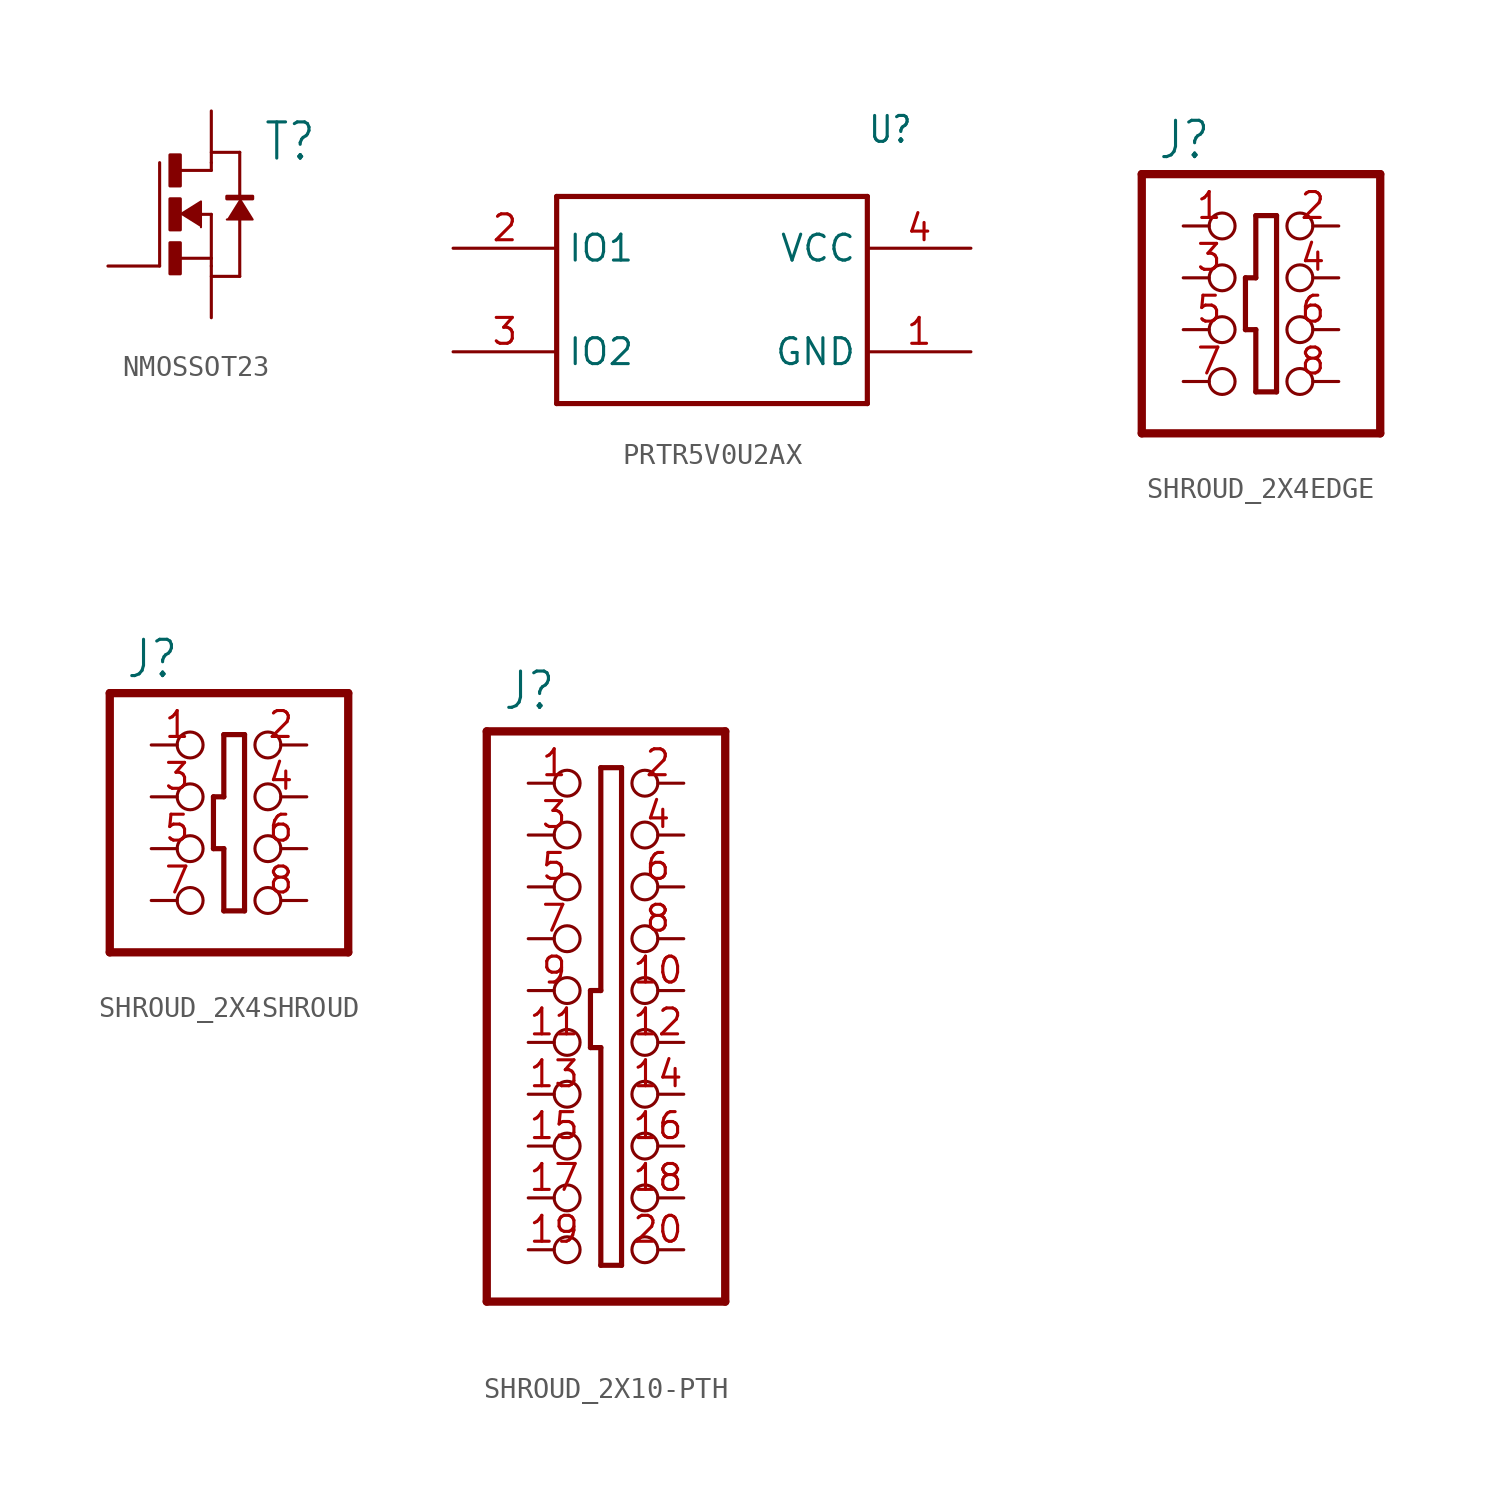
<source format=kicad_sym>
(kicad_symbol_lib
  (version 20220914)
  (generator kicad_symbol_editor)
  (symbol "NMOSSOT23"
    (property "Reference" "T"
      (at 2.54 2.54 0)
      (effects (font (size 1.778 1.511)) (justify left bottom)))
    (property "Value" ""
      (at 2.54 0 0)
      (effects (font (size 1.778 1.511)) (justify left bottom)))
    (property "ki_locked" ""
      (at 0 0 0)
      (effects (font (size 1.27 1.27))))
    (symbol "NMOSSOT23_1_0"
      (rectangle (start -2.032 -2.921) (end -1.524 -1.397) (stroke (width 0) (type default)) (fill (type outline)))
      (rectangle (start -2.032 -0.762) (end -1.524 0.762) (stroke (width 0) (type default)) (fill (type outline)))
      (rectangle (start -2.032 1.397) (end -1.524 2.921) (stroke (width 0) (type default)) (fill (type outline)))
      (polyline (pts (xy -2.54 -2.54) (xy -2.54 2.54)) (stroke (width 0.152) (type solid)) (fill (type none)))
      (polyline (pts (xy -1.524 -2.159) (xy 0 -2.159)) (stroke (width 0.152) (type solid)) (fill (type none)))
      (polyline (pts (xy -1.524 2.159) (xy 0 2.159)) (stroke (width 0.152) (type solid)) (fill (type none)))
      (polyline (pts (xy -0.508 0) (xy 0 0)) (stroke (width 0.152) (type solid)) (fill (type none)))
      (polyline (pts (xy 0 -2.159) (xy 0 -2.54)) (stroke (width 0.152) (type solid)) (fill (type none)))
      (polyline (pts (xy 0 0) (xy 0 -2.159)) (stroke (width 0.152) (type solid)) (fill (type none)))
      (polyline (pts (xy 0 2.159) (xy 0 2.54)) (stroke (width 0.152) (type solid)) (fill (type none)))
      (polyline (pts (xy 0 3.048) (xy 1.397 3.048)) (stroke (width 0.152) (type solid)) (fill (type none)))
      (polyline (pts (xy 1.397 -3.048) (xy 0 -3.048)) (stroke (width 0.152) (type solid)) (fill (type none)))
      (polyline (pts (xy 1.397 -0.254) (xy 1.397 -3.048)) (stroke (width 0.152) (type solid)) (fill (type none)))
      (polyline (pts (xy 1.397 3.048) (xy 1.397 0.762)) (stroke (width 0.152) (type solid)) (fill (type none)))
      (polyline (pts (xy -1.524 0) (xy -0.508 0.635) (xy -0.508 -0.635)) (stroke (width 0.102) (type solid)) (fill (type outline)))
      (polyline (pts (xy 1.397 0.762) (xy 2.032 -0.254) (xy 0.762 -0.254)) (stroke (width 0.102) (type solid)) (fill (type outline)))
      (rectangle (start 0.762 0.762) (end 2.032 0.889) (stroke (width 0) (type default)) (fill (type outline)))
      (pin passive line (at 0 5.08 270) (length 2.54) (name "D" (effects (font (size 0 0)))) (number "1" (effects (font (size 0 0)))))
      (pin passive line (at 0 -5.08 90) (length 2.54) (name "S" (effects (font (size 0 0)))) (number "2" (effects (font (size 0 0)))))
      (pin passive line (at -5.08 -2.54 0) (length 2.54) (name "G" (effects (font (size 0 0)))) (number "3" (effects (font (size 0 0)))))))
  (symbol "PRTR5V0U2AX"
    (property "Reference" "U"
      (at 12.7 7.62 0)
      (effects (font (size 1.27 1.079)) (justify left bottom)))
    (property "Value" ""
      (at 12.7 5.08 0)
      (effects (font (size 1.27 1.079)) (justify left bottom)))
    (property "ki_locked" ""
      (at 0 0 0)
      (effects (font (size 1.27 1.27))))
    (symbol "PRTR5V0U2AX_1_0"
      (polyline (pts (xy -2.54 -5.08) (xy 12.7 -5.08)) (stroke (width 0.254) (type solid)) (fill (type none)))
      (polyline (pts (xy -2.54 5.08) (xy -2.54 -5.08)) (stroke (width 0.254) (type solid)) (fill (type none)))
      (polyline (pts (xy 12.7 -5.08) (xy 12.7 5.08)) (stroke (width 0.254) (type solid)) (fill (type none)))
      (polyline (pts (xy 12.7 5.08) (xy -2.54 5.08)) (stroke (width 0.254) (type solid)) (fill (type none)))
      (pin bidirectional line (at 17.78 -2.54 180) (length 5.08) (name "GND" (effects (font (size 1.27 1.27)))) (number "1" (effects (font (size 1.27 1.27)))))
      (pin bidirectional line (at -7.62 2.54 0) (length 5.08) (name "IO1" (effects (font (size 1.27 1.27)))) (number "2" (effects (font (size 1.27 1.27)))))
      (pin bidirectional line (at -7.62 -2.54 0) (length 5.08) (name "IO2" (effects (font (size 1.27 1.27)))) (number "3" (effects (font (size 1.27 1.27)))))
      (pin bidirectional line (at 17.78 2.54 180) (length 5.08) (name "VCC" (effects (font (size 1.27 1.27)))) (number "4" (effects (font (size 1.27 1.27)))))))
  (symbol "SHROUD_2X4EDGE"
    (property "Reference" "J"
      (at -1.27 8.255 0)
      (effects (font (size 1.778 1.511)) (justify left bottom)))
    (property "ki_locked" ""
      (at 0 0 0)
      (effects (font (size 1.27 1.27))))
    (symbol "SHROUD_2X4EDGE_1_0"
      (polyline (pts (xy -2.032 -5.08) (xy -2.032 7.62)) (stroke (width 0.406) (type solid)) (fill (type none)))
      (polyline (pts (xy -2.032 7.62) (xy 9.652 7.62)) (stroke (width 0.406) (type solid)) (fill (type none)))
      (polyline (pts (xy 3.048 0) (xy 3.556 0)) (stroke (width 0.254) (type solid)) (fill (type none)))
      (polyline (pts (xy 3.048 2.54) (xy 3.048 0)) (stroke (width 0.254) (type solid)) (fill (type none)))
      (polyline (pts (xy 3.556 -3.048) (xy 4.572 -3.048)) (stroke (width 0.254) (type solid)) (fill (type none)))
      (polyline (pts (xy 3.556 0) (xy 3.556 -3.048)) (stroke (width 0.254) (type solid)) (fill (type none)))
      (polyline (pts (xy 3.556 2.54) (xy 3.048 2.54)) (stroke (width 0.254) (type solid)) (fill (type none)))
      (polyline (pts (xy 3.556 5.588) (xy 3.556 2.54)) (stroke (width 0.254) (type solid)) (fill (type none)))
      (polyline (pts (xy 4.572 -3.048) (xy 4.572 5.588)) (stroke (width 0.254) (type solid)) (fill (type none)))
      (polyline (pts (xy 4.572 5.588) (xy 3.556 5.588)) (stroke (width 0.254) (type solid)) (fill (type none)))
      (polyline (pts (xy 9.652 -5.08) (xy -2.032 -5.08)) (stroke (width 0.406) (type solid)) (fill (type none)))
      (polyline (pts (xy 9.652 7.62) (xy 9.652 -5.08)) (stroke (width 0.406) (type solid)) (fill (type none)))
      (pin passive inverted (at 0 5.08 0) (length 2.54) (name "1" (effects (font (size 0 0)))) (number "1" (effects (font (size 1.27 1.27)))))
      (pin passive inverted (at 7.62 5.08 180) (length 2.54) (name "2" (effects (font (size 0 0)))) (number "2" (effects (font (size 1.27 1.27)))))
      (pin passive inverted (at 0 2.54 0) (length 2.54) (name "3" (effects (font (size 0 0)))) (number "3" (effects (font (size 1.27 1.27)))))
      (pin passive inverted (at 7.62 2.54 180) (length 2.54) (name "4" (effects (font (size 0 0)))) (number "4" (effects (font (size 1.27 1.27)))))
      (pin passive inverted (at 0 0 0) (length 2.54) (name "5" (effects (font (size 0 0)))) (number "5" (effects (font (size 1.27 1.27)))))
      (pin passive inverted (at 7.62 0 180) (length 2.54) (name "6" (effects (font (size 0 0)))) (number "6" (effects (font (size 1.27 1.27)))))
      (pin passive inverted (at 0 -2.54 0) (length 2.54) (name "7" (effects (font (size 0 0)))) (number "7" (effects (font (size 1.27 1.27)))))
      (pin passive inverted (at 7.62 -2.54 180) (length 2.54) (name "8" (effects (font (size 0 0)))) (number "8" (effects (font (size 1.27 1.27)))))))
  (symbol "SHROUD_2X4SHROUD"
    (property "Reference" "J"
      (at -1.27 8.255 0)
      (effects (font (size 1.778 1.511)) (justify left bottom)))
    (property "ki_locked" ""
      (at 0 0 0)
      (effects (font (size 1.27 1.27))))
    (symbol "SHROUD_2X4SHROUD_1_0"
      (polyline (pts (xy -2.032 -5.08) (xy -2.032 7.62)) (stroke (width 0.406) (type solid)) (fill (type none)))
      (polyline (pts (xy -2.032 7.62) (xy 9.652 7.62)) (stroke (width 0.406) (type solid)) (fill (type none)))
      (polyline (pts (xy 3.048 0) (xy 3.556 0)) (stroke (width 0.254) (type solid)) (fill (type none)))
      (polyline (pts (xy 3.048 2.54) (xy 3.048 0)) (stroke (width 0.254) (type solid)) (fill (type none)))
      (polyline (pts (xy 3.556 -3.048) (xy 4.572 -3.048)) (stroke (width 0.254) (type solid)) (fill (type none)))
      (polyline (pts (xy 3.556 0) (xy 3.556 -3.048)) (stroke (width 0.254) (type solid)) (fill (type none)))
      (polyline (pts (xy 3.556 2.54) (xy 3.048 2.54)) (stroke (width 0.254) (type solid)) (fill (type none)))
      (polyline (pts (xy 3.556 5.588) (xy 3.556 2.54)) (stroke (width 0.254) (type solid)) (fill (type none)))
      (polyline (pts (xy 4.572 -3.048) (xy 4.572 5.588)) (stroke (width 0.254) (type solid)) (fill (type none)))
      (polyline (pts (xy 4.572 5.588) (xy 3.556 5.588)) (stroke (width 0.254) (type solid)) (fill (type none)))
      (polyline (pts (xy 9.652 -5.08) (xy -2.032 -5.08)) (stroke (width 0.406) (type solid)) (fill (type none)))
      (polyline (pts (xy 9.652 7.62) (xy 9.652 -5.08)) (stroke (width 0.406) (type solid)) (fill (type none)))
      (pin passive inverted (at 0 5.08 0) (length 2.54) (name "1" (effects (font (size 0 0)))) (number "1" (effects (font (size 1.27 1.27)))))
      (pin passive inverted (at 7.62 5.08 180) (length 2.54) (name "2" (effects (font (size 0 0)))) (number "2" (effects (font (size 1.27 1.27)))))
      (pin passive inverted (at 0 2.54 0) (length 2.54) (name "3" (effects (font (size 0 0)))) (number "3" (effects (font (size 1.27 1.27)))))
      (pin passive inverted (at 7.62 2.54 180) (length 2.54) (name "4" (effects (font (size 0 0)))) (number "4" (effects (font (size 1.27 1.27)))))
      (pin passive inverted (at 0 0 0) (length 2.54) (name "5" (effects (font (size 0 0)))) (number "5" (effects (font (size 1.27 1.27)))))
      (pin passive inverted (at 7.62 0 180) (length 2.54) (name "6" (effects (font (size 0 0)))) (number "6" (effects (font (size 1.27 1.27)))))
      (pin passive inverted (at 0 -2.54 0) (length 2.54) (name "7" (effects (font (size 0 0)))) (number "7" (effects (font (size 1.27 1.27)))))
      (pin passive inverted (at 7.62 -2.54 180) (length 2.54) (name "8" (effects (font (size 0 0)))) (number "8" (effects (font (size 1.27 1.27)))))))
  (symbol "SHROUD_2X10-PTH"
    (property "Reference" "J"
      (at -1.27 13.652 0)
      (effects (font (size 1.778 1.511)) (justify left bottom)))
    (property "ki_locked" ""
      (at 0 0 0)
      (effects (font (size 1.27 1.27))))
    (symbol "SHROUD_2X10-PTH_1_0"
      (polyline (pts (xy -2.032 -15.24) (xy -2.032 12.7)) (stroke (width 0.406) (type solid)) (fill (type none)))
      (polyline (pts (xy -2.032 12.7) (xy 9.652 12.7)) (stroke (width 0.406) (type solid)) (fill (type none)))
      (polyline (pts (xy 3.048 -2.794) (xy 3.556 -2.794)) (stroke (width 0.254) (type solid)) (fill (type none)))
      (polyline (pts (xy 3.048 0) (xy 3.048 -2.794)) (stroke (width 0.254) (type solid)) (fill (type none)))
      (polyline (pts (xy 3.556 -13.462) (xy 4.572 -13.462)) (stroke (width 0.254) (type solid)) (fill (type none)))
      (polyline (pts (xy 3.556 -2.794) (xy 3.556 -13.462)) (stroke (width 0.254) (type solid)) (fill (type none)))
      (polyline (pts (xy 3.556 0) (xy 3.048 0)) (stroke (width 0.254) (type solid)) (fill (type none)))
      (polyline (pts (xy 3.556 10.922) (xy 3.556 0)) (stroke (width 0.254) (type solid)) (fill (type none)))
      (polyline (pts (xy 4.572 -13.462) (xy 4.572 10.922)) (stroke (width 0.254) (type solid)) (fill (type none)))
      (polyline (pts (xy 4.572 10.922) (xy 3.556 10.922)) (stroke (width 0.254) (type solid)) (fill (type none)))
      (polyline (pts (xy 9.652 -15.24) (xy -2.032 -15.24)) (stroke (width 0.406) (type solid)) (fill (type none)))
      (polyline (pts (xy 9.652 12.7) (xy 9.652 -15.24)) (stroke (width 0.406) (type solid)) (fill (type none)))
      (pin passive inverted (at 0 10.16 0) (length 2.54) (name "1" (effects (font (size 0 0)))) (number "1" (effects (font (size 1.27 1.27)))))
      (pin passive inverted (at 7.62 0 180) (length 2.54) (name "10" (effects (font (size 0 0)))) (number "10" (effects (font (size 1.27 1.27)))))
      (pin passive inverted (at 0 -2.54 0) (length 2.54) (name "11" (effects (font (size 0 0)))) (number "11" (effects (font (size 1.27 1.27)))))
      (pin passive inverted (at 7.62 -2.54 180) (length 2.54) (name "12" (effects (font (size 0 0)))) (number "12" (effects (font (size 1.27 1.27)))))
      (pin passive inverted (at 0 -5.08 0) (length 2.54) (name "13" (effects (font (size 0 0)))) (number "13" (effects (font (size 1.27 1.27)))))
      (pin passive inverted (at 7.62 -5.08 180) (length 2.54) (name "14" (effects (font (size 0 0)))) (number "14" (effects (font (size 1.27 1.27)))))
      (pin passive inverted (at 0 -7.62 0) (length 2.54) (name "15" (effects (font (size 0 0)))) (number "15" (effects (font (size 1.27 1.27)))))
      (pin passive inverted (at 7.62 -7.62 180) (length 2.54) (name "16" (effects (font (size 0 0)))) (number "16" (effects (font (size 1.27 1.27)))))
      (pin passive inverted (at 0 -10.16 0) (length 2.54) (name "17" (effects (font (size 0 0)))) (number "17" (effects (font (size 1.27 1.27)))))
      (pin passive inverted (at 7.62 -10.16 180) (length 2.54) (name "18" (effects (font (size 0 0)))) (number "18" (effects (font (size 1.27 1.27)))))
      (pin passive inverted (at 0 -12.7 0) (length 2.54) (name "19" (effects (font (size 0 0)))) (number "19" (effects (font (size 1.27 1.27)))))
      (pin passive inverted (at 7.62 10.16 180) (length 2.54) (name "2" (effects (font (size 0 0)))) (number "2" (effects (font (size 1.27 1.27)))))
      (pin passive inverted (at 7.62 -12.7 180) (length 2.54) (name "20" (effects (font (size 0 0)))) (number "20" (effects (font (size 1.27 1.27)))))
      (pin passive inverted (at 0 7.62 0) (length 2.54) (name "3" (effects (font (size 0 0)))) (number "3" (effects (font (size 1.27 1.27)))))
      (pin passive inverted (at 7.62 7.62 180) (length 2.54) (name "4" (effects (font (size 0 0)))) (number "4" (effects (font (size 1.27 1.27)))))
      (pin passive inverted (at 0 5.08 0) (length 2.54) (name "5" (effects (font (size 0 0)))) (number "5" (effects (font (size 1.27 1.27)))))
      (pin passive inverted (at 7.62 5.08 180) (length 2.54) (name "6" (effects (font (size 0 0)))) (number "6" (effects (font (size 1.27 1.27)))))
      (pin passive inverted (at 0 2.54 0) (length 2.54) (name "7" (effects (font (size 0 0)))) (number "7" (effects (font (size 1.27 1.27)))))
      (pin passive inverted (at 7.62 2.54 180) (length 2.54) (name "8" (effects (font (size 0 0)))) (number "8" (effects (font (size 1.27 1.27)))))
      (pin passive inverted (at 0 0 0) (length 2.54) (name "9" (effects (font (size 0 0)))) (number "9" (effects (font (size 1.27 1.27))))))))
</source>
